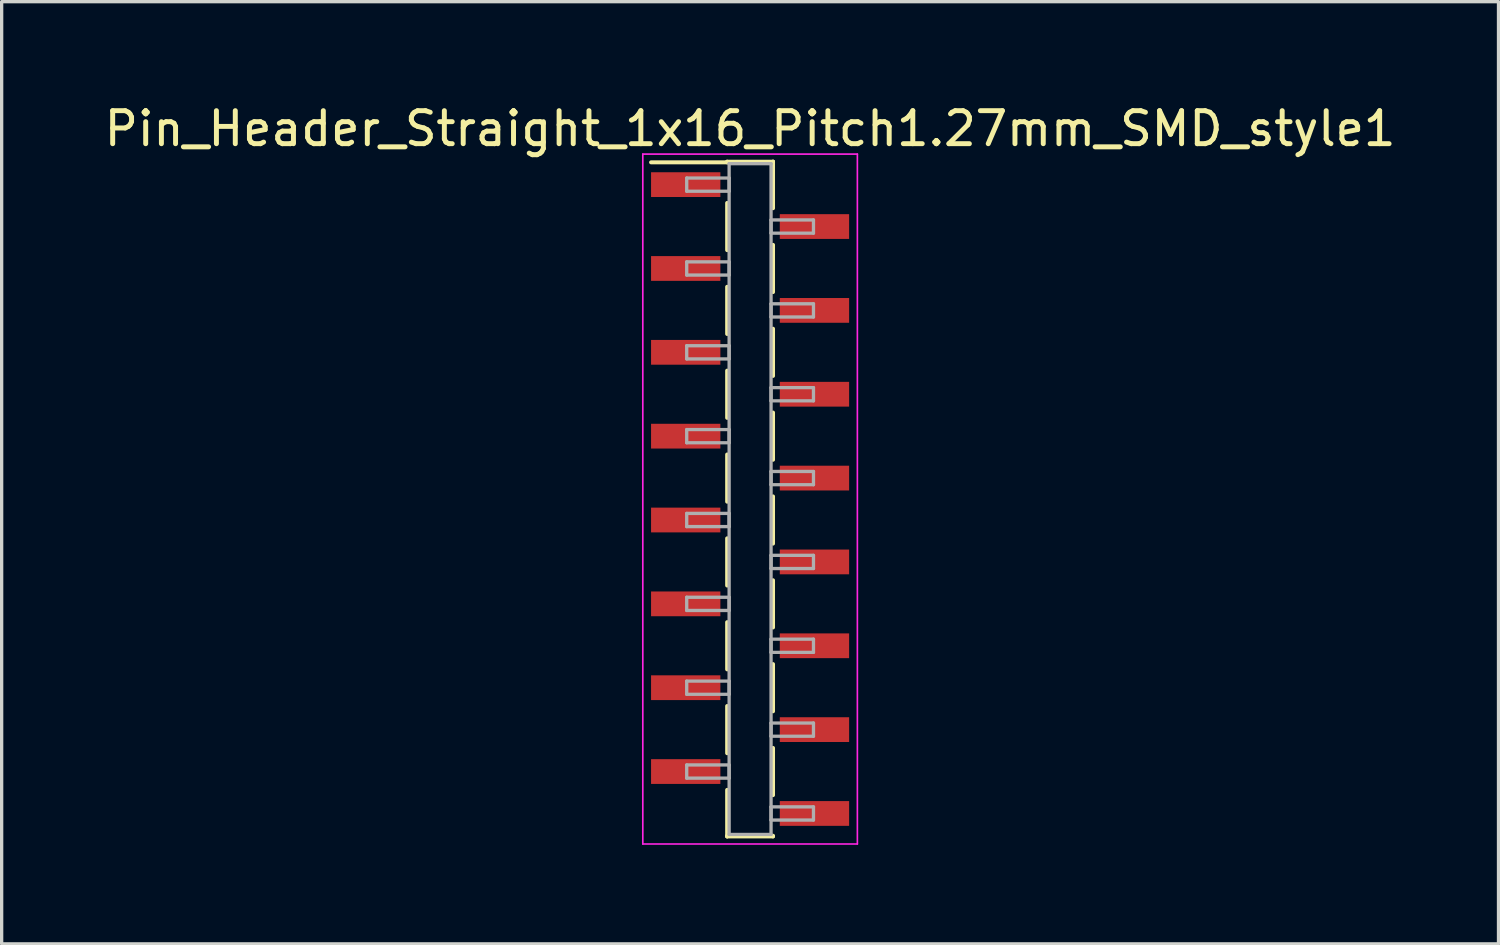
<source format=kicad_pcb>
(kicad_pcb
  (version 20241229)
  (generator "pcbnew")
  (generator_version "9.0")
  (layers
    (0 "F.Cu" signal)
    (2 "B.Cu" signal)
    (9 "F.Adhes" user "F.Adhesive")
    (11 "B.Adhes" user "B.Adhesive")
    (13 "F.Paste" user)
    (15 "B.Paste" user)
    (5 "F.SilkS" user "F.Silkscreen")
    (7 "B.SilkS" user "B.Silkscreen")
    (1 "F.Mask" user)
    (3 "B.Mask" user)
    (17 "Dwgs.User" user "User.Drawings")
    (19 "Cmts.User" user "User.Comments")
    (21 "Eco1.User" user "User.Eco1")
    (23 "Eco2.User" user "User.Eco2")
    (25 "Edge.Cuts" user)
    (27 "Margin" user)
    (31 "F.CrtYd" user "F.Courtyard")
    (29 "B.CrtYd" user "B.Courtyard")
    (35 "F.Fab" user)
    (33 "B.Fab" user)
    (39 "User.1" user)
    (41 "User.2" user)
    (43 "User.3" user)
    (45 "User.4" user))
  (footprint "Pin_Header_Straight_1x16_Pitch1.27mm_SMD_style1"
    (layer "F.Cu")
    (at 19.673 12.068)
    (property "Reference" "Pin_Header_Straight_1x16_Pitch1.27mm_SMD_style1" (at 0 -11.22 0) (layer "F.SilkS") (effects (font (size 1 1) (thickness 0.15))))
    (attr smd)
    (fp_line (start -0.695 -10.22) (end 0.695 -10.22) (stroke (width 0.12) (type solid)) (layer "F.SilkS"))
    (fp_line (start -0.695 -10.2) (end -3 -10.2) (stroke (width 0.12) (type solid)) (layer "F.SilkS"))
    (fp_line (start -0.695 -10.2) (end -0.695 -10.22) (stroke (width 0.12) (type solid)) (layer "F.SilkS"))
    (fp_line (start -0.695 -8.97) (end -0.695 -7.54) (stroke (width 0.12) (type solid)) (layer "F.SilkS"))
    (fp_line (start -0.695 -6.43) (end -0.695 -5) (stroke (width 0.12) (type solid)) (layer "F.SilkS"))
    (fp_line (start -0.695 -3.89) (end -0.695 -2.46) (stroke (width 0.12) (type solid)) (layer "F.SilkS"))
    (fp_line (start -0.695 -1.35) (end -0.695 0.08) (stroke (width 0.12) (type solid)) (layer "F.SilkS"))
    (fp_line (start -0.695 1.19) (end -0.695 2.62) (stroke (width 0.12) (type solid)) (layer "F.SilkS"))
    (fp_line (start -0.695 3.73) (end -0.695 5.16) (stroke (width 0.12) (type solid)) (layer "F.SilkS"))
    (fp_line (start -0.695 6.27) (end -0.695 7.7) (stroke (width 0.12) (type solid)) (layer "F.SilkS"))
    (fp_line (start -0.695 8.81) (end -0.695 10.22) (stroke (width 0.12) (type solid)) (layer "F.SilkS"))
    (fp_line (start -0.695 10.2) (end -0.695 10.22) (stroke (width 0.12) (type solid)) (layer "F.SilkS"))
    (fp_line (start -0.695 10.22) (end 0.695 10.22) (stroke (width 0.12) (type solid)) (layer "F.SilkS"))
    (fp_line (start 0.695 -10.22) (end 0.695 -10.2) (stroke (width 0.12) (type solid)) (layer "F.SilkS"))
    (fp_line (start 0.695 -10.22) (end 0.695 -8.81) (stroke (width 0.12) (type solid)) (layer "F.SilkS"))
    (fp_line (start 0.695 -7.7) (end 0.695 -6.27) (stroke (width 0.12) (type solid)) (layer "F.SilkS"))
    (fp_line (start 0.695 -5.16) (end 0.695 -3.73) (stroke (width 0.12) (type solid)) (layer "F.SilkS"))
    (fp_line (start 0.695 -2.62) (end 0.695 -1.19) (stroke (width 0.12) (type solid)) (layer "F.SilkS"))
    (fp_line (start 0.695 -0.08) (end 0.695 1.35) (stroke (width 0.12) (type solid)) (layer "F.SilkS"))
    (fp_line (start 0.695 2.46) (end 0.695 3.89) (stroke (width 0.12) (type solid)) (layer "F.SilkS"))
    (fp_line (start 0.695 5) (end 0.695 6.43) (stroke (width 0.12) (type solid)) (layer "F.SilkS"))
    (fp_line (start 0.695 7.54) (end 0.695 8.97) (stroke (width 0.12) (type solid)) (layer "F.SilkS"))
    (fp_line (start 0.695 10.22) (end 0.695 10.2) (stroke (width 0.12) (type solid)) (layer "F.SilkS"))
    (fp_line (start -3.25 -10.45) (end -3.25 10.45) (stroke (width 0.05) (type solid)) (layer "F.CrtYd"))
    (fp_line (start -3.25 10.45) (end 3.25 10.45) (stroke (width 0.05) (type solid)) (layer "F.CrtYd"))
    (fp_line (start 3.25 -10.45) (end -3.25 -10.45) (stroke (width 0.05) (type solid)) (layer "F.CrtYd"))
    (fp_line (start 3.25 10.45) (end 3.25 -10.45) (stroke (width 0.05) (type solid)) (layer "F.CrtYd"))
    (fp_line (start -1.92 -9.725) (end -0.635 -9.725) (stroke (width 0.1) (type solid)) (layer "F.Fab"))
    (fp_line (start -1.92 -9.325) (end -1.92 -9.725) (stroke (width 0.1) (type solid)) (layer "F.Fab"))
    (fp_line (start -1.92 -7.185) (end -0.635 -7.185) (stroke (width 0.1) (type solid)) (layer "F.Fab"))
    (fp_line (start -1.92 -6.785) (end -1.92 -7.185) (stroke (width 0.1) (type solid)) (layer "F.Fab"))
    (fp_line (start -1.92 -4.645) (end -0.635 -4.645) (stroke (width 0.1) (type solid)) (layer "F.Fab"))
    (fp_line (start -1.92 -4.245) (end -1.92 -4.645) (stroke (width 0.1) (type solid)) (layer "F.Fab"))
    (fp_line (start -1.92 -2.105) (end -0.635 -2.105) (stroke (width 0.1) (type solid)) (layer "F.Fab"))
    (fp_line (start -1.92 -1.705) (end -1.92 -2.105) (stroke (width 0.1) (type solid)) (layer "F.Fab"))
    (fp_line (start -1.92 0.435) (end -0.635 0.435) (stroke (width 0.1) (type solid)) (layer "F.Fab"))
    (fp_line (start -1.92 0.835) (end -1.92 0.435) (stroke (width 0.1) (type solid)) (layer "F.Fab"))
    (fp_line (start -1.92 2.975) (end -0.635 2.975) (stroke (width 0.1) (type solid)) (layer "F.Fab"))
    (fp_line (start -1.92 3.375) (end -1.92 2.975) (stroke (width 0.1) (type solid)) (layer "F.Fab"))
    (fp_line (start -1.92 5.515) (end -0.635 5.515) (stroke (width 0.1) (type solid)) (layer "F.Fab"))
    (fp_line (start -1.92 5.915) (end -1.92 5.515) (stroke (width 0.1) (type solid)) (layer "F.Fab"))
    (fp_line (start -1.92 8.055) (end -0.635 8.055) (stroke (width 0.1) (type solid)) (layer "F.Fab"))
    (fp_line (start -1.92 8.455) (end -1.92 8.055) (stroke (width 0.1) (type solid)) (layer "F.Fab"))
    (fp_line (start -0.635 -10.16) (end -0.635 10.16) (stroke (width 0.1) (type solid)) (layer "F.Fab"))
    (fp_line (start -0.635 -9.725) (end -0.635 -9.325) (stroke (width 0.1) (type solid)) (layer "F.Fab"))
    (fp_line (start -0.635 -9.325) (end -1.92 -9.325) (stroke (width 0.1) (type solid)) (layer "F.Fab"))
    (fp_line (start -0.635 -7.185) (end -0.635 -6.785) (stroke (width 0.1) (type solid)) (layer "F.Fab"))
    (fp_line (start -0.635 -6.785) (end -1.92 -6.785) (stroke (width 0.1) (type solid)) (layer "F.Fab"))
    (fp_line (start -0.635 -4.645) (end -0.635 -4.245) (stroke (width 0.1) (type solid)) (layer "F.Fab"))
    (fp_line (start -0.635 -4.245) (end -1.92 -4.245) (stroke (width 0.1) (type solid)) (layer "F.Fab"))
    (fp_line (start -0.635 -2.105) (end -0.635 -1.705) (stroke (width 0.1) (type solid)) (layer "F.Fab"))
    (fp_line (start -0.635 -1.705) (end -1.92 -1.705) (stroke (width 0.1) (type solid)) (layer "F.Fab"))
    (fp_line (start -0.635 0.435) (end -0.635 0.835) (stroke (width 0.1) (type solid)) (layer "F.Fab"))
    (fp_line (start -0.635 0.835) (end -1.92 0.835) (stroke (width 0.1) (type solid)) (layer "F.Fab"))
    (fp_line (start -0.635 2.975) (end -0.635 3.375) (stroke (width 0.1) (type solid)) (layer "F.Fab"))
    (fp_line (start -0.635 3.375) (end -1.92 3.375) (stroke (width 0.1) (type solid)) (layer "F.Fab"))
    (fp_line (start -0.635 5.515) (end -0.635 5.915) (stroke (width 0.1) (type solid)) (layer "F.Fab"))
    (fp_line (start -0.635 5.915) (end -1.92 5.915) (stroke (width 0.1) (type solid)) (layer "F.Fab"))
    (fp_line (start -0.635 8.055) (end -0.635 8.455) (stroke (width 0.1) (type solid)) (layer "F.Fab"))
    (fp_line (start -0.635 8.455) (end -1.92 8.455) (stroke (width 0.1) (type solid)) (layer "F.Fab"))
    (fp_line (start -0.635 10.16) (end 0.635 10.16) (stroke (width 0.1) (type solid)) (layer "F.Fab"))
    (fp_line (start 0.635 -10.16) (end -0.635 -10.16) (stroke (width 0.1) (type solid)) (layer "F.Fab"))
    (fp_line (start 0.635 -8.455) (end 0.635 -8.055) (stroke (width 0.1) (type solid)) (layer "F.Fab"))
    (fp_line (start 0.635 -8.055) (end 1.92 -8.055) (stroke (width 0.1) (type solid)) (layer "F.Fab"))
    (fp_line (start 0.635 -5.915) (end 0.635 -5.515) (stroke (width 0.1) (type solid)) (layer "F.Fab"))
    (fp_line (start 0.635 -5.515) (end 1.92 -5.515) (stroke (width 0.1) (type solid)) (layer "F.Fab"))
    (fp_line (start 0.635 -3.375) (end 0.635 -2.975) (stroke (width 0.1) (type solid)) (layer "F.Fab"))
    (fp_line (start 0.635 -2.975) (end 1.92 -2.975) (stroke (width 0.1) (type solid)) (layer "F.Fab"))
    (fp_line (start 0.635 -0.835) (end 0.635 -0.435) (stroke (width 0.1) (type solid)) (layer "F.Fab"))
    (fp_line (start 0.635 -0.435) (end 1.92 -0.435) (stroke (width 0.1) (type solid)) (layer "F.Fab"))
    (fp_line (start 0.635 1.705) (end 0.635 2.105) (stroke (width 0.1) (type solid)) (layer "F.Fab"))
    (fp_line (start 0.635 2.105) (end 1.92 2.105) (stroke (width 0.1) (type solid)) (layer "F.Fab"))
    (fp_line (start 0.635 4.245) (end 0.635 4.645) (stroke (width 0.1) (type solid)) (layer "F.Fab"))
    (fp_line (start 0.635 4.645) (end 1.92 4.645) (stroke (width 0.1) (type solid)) (layer "F.Fab"))
    (fp_line (start 0.635 6.785) (end 0.635 7.185) (stroke (width 0.1) (type solid)) (layer "F.Fab"))
    (fp_line (start 0.635 7.185) (end 1.92 7.185) (stroke (width 0.1) (type solid)) (layer "F.Fab"))
    (fp_line (start 0.635 9.325) (end 0.635 9.725) (stroke (width 0.1) (type solid)) (layer "F.Fab"))
    (fp_line (start 0.635 9.725) (end 1.92 9.725) (stroke (width 0.1) (type solid)) (layer "F.Fab"))
    (fp_line (start 0.635 10.16) (end 0.635 -10.16) (stroke (width 0.1) (type solid)) (layer "F.Fab"))
    (fp_line (start 1.92 -8.455) (end 0.635 -8.455) (stroke (width 0.1) (type solid)) (layer "F.Fab"))
    (fp_line (start 1.92 -8.055) (end 1.92 -8.455) (stroke (width 0.1) (type solid)) (layer "F.Fab"))
    (fp_line (start 1.92 -5.915) (end 0.635 -5.915) (stroke (width 0.1) (type solid)) (layer "F.Fab"))
    (fp_line (start 1.92 -5.515) (end 1.92 -5.915) (stroke (width 0.1) (type solid)) (layer "F.Fab"))
    (fp_line (start 1.92 -3.375) (end 0.635 -3.375) (stroke (width 0.1) (type solid)) (layer "F.Fab"))
    (fp_line (start 1.92 -2.975) (end 1.92 -3.375) (stroke (width 0.1) (type solid)) (layer "F.Fab"))
    (fp_line (start 1.92 -0.835) (end 0.635 -0.835) (stroke (width 0.1) (type solid)) (layer "F.Fab"))
    (fp_line (start 1.92 -0.435) (end 1.92 -0.835) (stroke (width 0.1) (type solid)) (layer "F.Fab"))
    (fp_line (start 1.92 1.705) (end 0.635 1.705) (stroke (width 0.1) (type solid)) (layer "F.Fab"))
    (fp_line (start 1.92 2.105) (end 1.92 1.705) (stroke (width 0.1) (type solid)) (layer "F.Fab"))
    (fp_line (start 1.92 4.245) (end 0.635 4.245) (stroke (width 0.1) (type solid)) (layer "F.Fab"))
    (fp_line (start 1.92 4.645) (end 1.92 4.245) (stroke (width 0.1) (type solid)) (layer "F.Fab"))
    (fp_line (start 1.92 6.785) (end 0.635 6.785) (stroke (width 0.1) (type solid)) (layer "F.Fab"))
    (fp_line (start 1.92 7.185) (end 1.92 6.785) (stroke (width 0.1) (type solid)) (layer "F.Fab"))
    (fp_line (start 1.92 9.325) (end 0.635 9.325) (stroke (width 0.1) (type solid)) (layer "F.Fab"))
    (fp_line (start 1.92 9.725) (end 1.92 9.325) (stroke (width 0.1) (type solid)) (layer "F.Fab"))
    (pad "1" smd rect (at -1.95 -9.525) (size 2.1 0.75) (layers "F.Cu" "F.Mask"))
    (pad "2" smd rect (at 1.95 -8.255) (size 2.1 0.75) (layers "F.Cu" "F.Mask"))
    (pad "3" smd rect (at -1.95 -6.985) (size 2.1 0.75) (layers "F.Cu" "F.Mask"))
    (pad "4" smd rect (at 1.95 -5.715) (size 2.1 0.75) (layers "F.Cu" "F.Mask"))
    (pad "5" smd rect (at -1.95 -4.445) (size 2.1 0.75) (layers "F.Cu" "F.Mask"))
    (pad "6" smd rect (at 1.95 -3.175) (size 2.1 0.75) (layers "F.Cu" "F.Mask"))
    (pad "7" smd rect (at -1.95 -1.905) (size 2.1 0.75) (layers "F.Cu" "F.Mask"))
    (pad "8" smd rect (at 1.95 -0.635) (size 2.1 0.75) (layers "F.Cu" "F.Mask"))
    (pad "9" smd rect (at -1.95 0.635) (size 2.1 0.75) (layers "F.Cu" "F.Mask"))
    (pad "10" smd rect (at 1.95 1.905) (size 2.1 0.75) (layers "F.Cu" "F.Mask"))
    (pad "11" smd rect (at -1.95 3.175) (size 2.1 0.75) (layers "F.Cu" "F.Mask"))
    (pad "12" smd rect (at 1.95 4.445) (size 2.1 0.75) (layers "F.Cu" "F.Mask"))
    (pad "13" smd rect (at -1.95 5.715) (size 2.1 0.75) (layers "F.Cu" "F.Mask"))
    (pad "14" smd rect (at 1.95 6.985) (size 2.1 0.75) (layers "F.Cu" "F.Mask"))
    (pad "15" smd rect (at -1.95 8.255) (size 2.1 0.75) (layers "F.Cu" "F.Mask"))
    (pad "16" smd rect (at 1.95 9.525) (size 2.1 0.75) (layers "F.Cu" "F.Mask")))
  (gr_rect
    (start -3 -3)
    (end 42.345 25.543)
    (stroke (width 0.1) (type default))
    (fill no)
    (layer "Edge.Cuts")))
</source>
